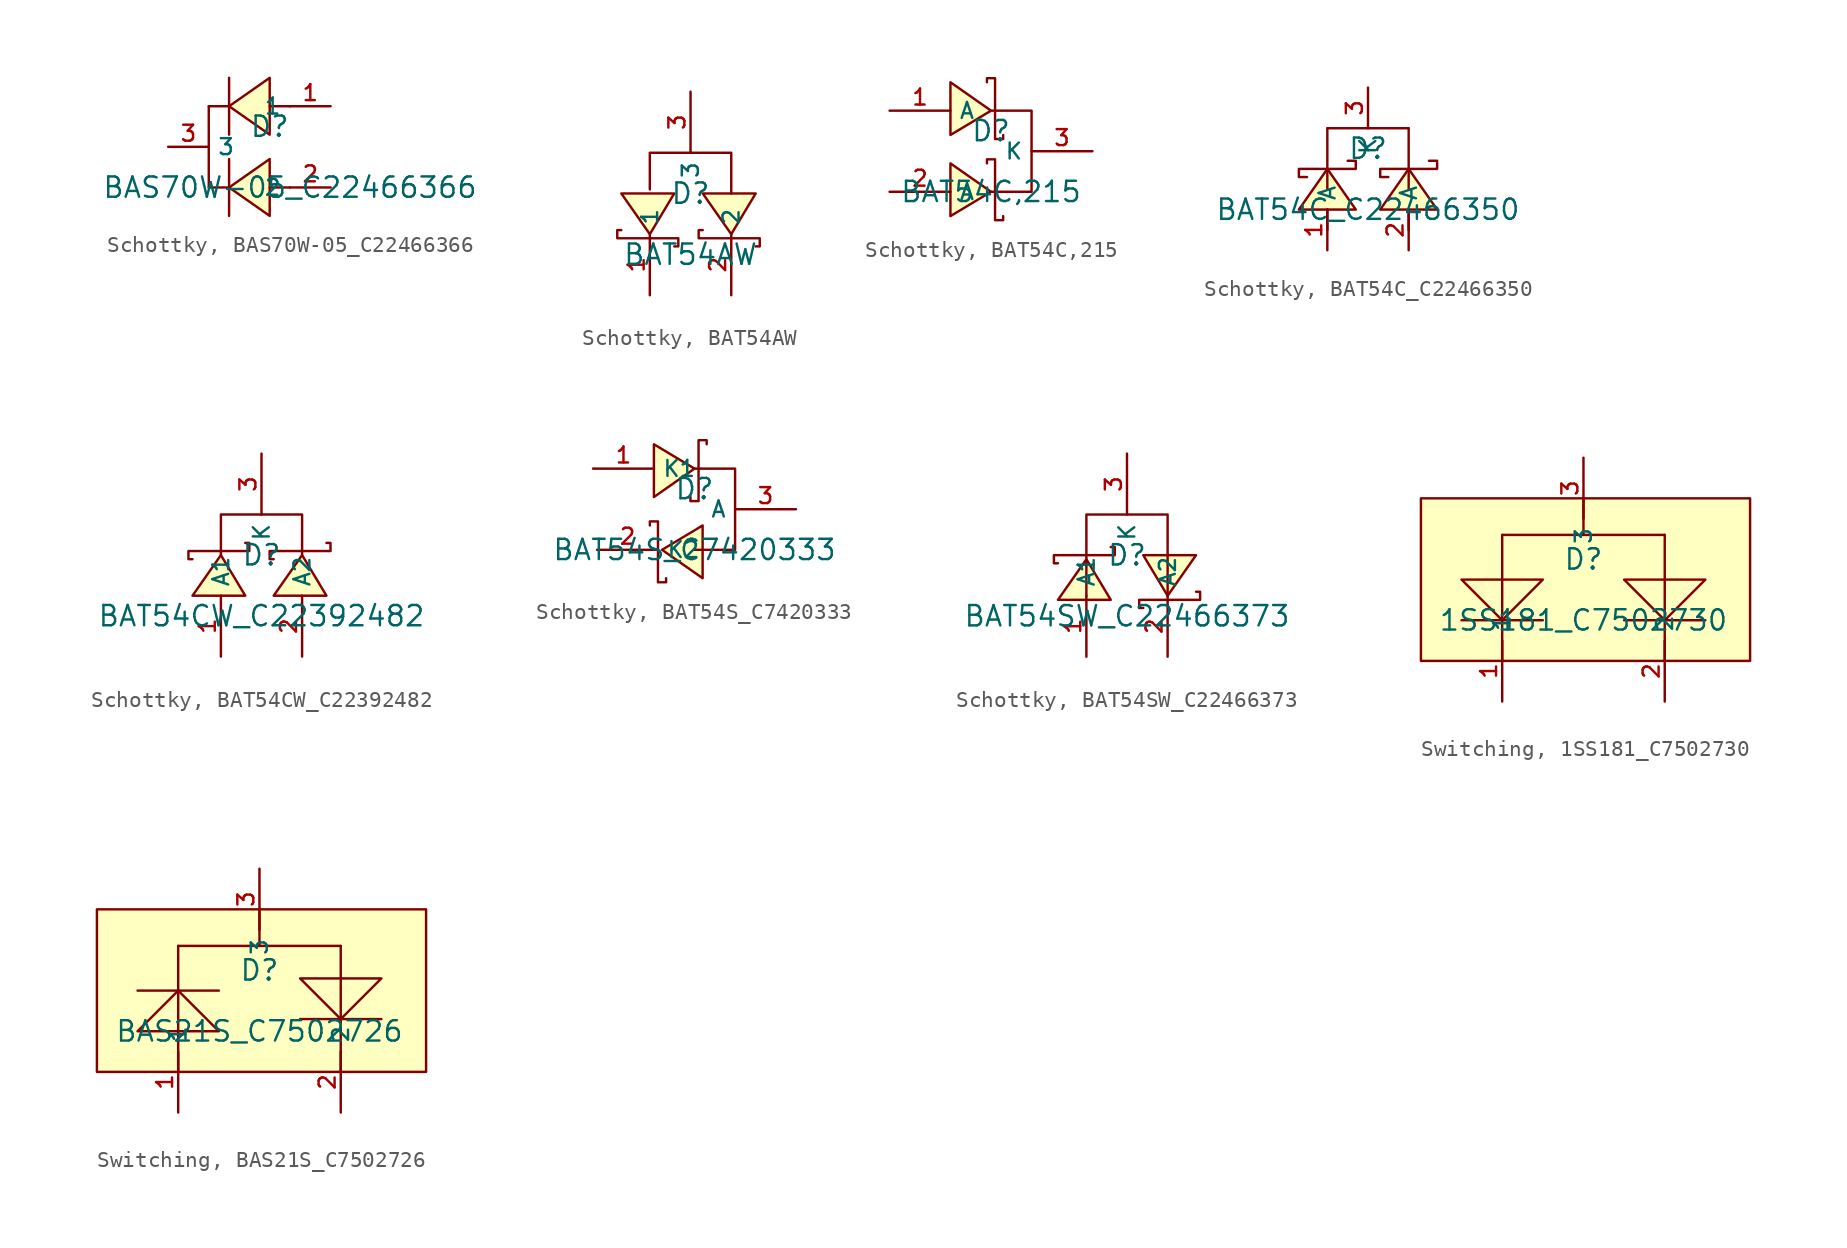
<source format=kicad_sym>
(kicad_symbol_lib
  (version 20231120)
  (generator "kicad_symbol_editor")
  (generator_version "8.0")
  (symbol "Schottky, BAS70W-05_C22466366"
    (property "Reference" "D"
      (at -1.27 1.27 0)
      (effects (font (size 1.27 1.27))))
    (property "Value" "BAS70W-05_C22466366"
      (at 0 -2.54 0)
      (effects (font (size 1.27 1.27))))
    (symbol "Schottky, BAS70W-05_C22466366_0_1"
      (polyline (pts (xy -3.81 -2.54) (xy -5.08 -2.54)) (stroke (width 0) (type default)) (fill (type none)))
      (polyline (pts (xy -3.81 2.54) (xy -5.08 2.54)) (stroke (width 0) (type default)) (fill (type none)))
      (polyline (pts (xy 0 -2.54) (xy -1.27 -2.54)) (stroke (width 0) (type default)) (fill (type none)))
      (polyline (pts (xy 0 2.54) (xy -1.27 2.54)) (stroke (width 0) (type default)) (fill (type none)))
      (polyline (pts (xy -5.08 2.54) (xy -5.08 -2.54) (xy -5.08 -2.54)) (stroke (width 0) (type default)) (fill (type none)))
      (polyline (pts (xy -1.27 -0.762) (xy -3.81 -2.54) (xy -1.27 -4.318) (xy -1.27 -0.762)) (stroke (width 0) (type default)) (fill (type background)))
      (polyline (pts (xy -1.27 4.318) (xy -3.81 2.54) (xy -1.27 0.762) (xy -1.27 4.318)) (stroke (width 0) (type default)) (fill (type background)))
      (polyline (pts (xy -3.81 -0.762) (xy -3.81 -0.762) (xy -3.81 -0.762) (xy -3.81 -4.318) (xy -3.81 -4.318) (xy -3.81 -4.318)) (stroke (width 0) (type default)) (fill (type none)))
      (polyline (pts (xy -3.81 4.318) (xy -3.81 4.318) (xy -3.81 4.318) (xy -3.81 0.762) (xy -3.81 0.762) (xy -3.81 0.762)) (stroke (width 0) (type default)) (fill (type none)))
      (pin unspecified line (at 2.54 2.54 180) (length 2.54) (name "1" (effects (font (size 1 1)))) (number "1" (effects (font (size 1 1)))))
      (pin unspecified line (at 2.54 -2.54 180) (length 2.54) (name "2" (effects (font (size 1 1)))) (number "2" (effects (font (size 1 1)))))
      (pin unspecified line (at -7.62 0 0) (length 2.54) (name "3" (effects (font (size 1 1)))) (number "3" (effects (font (size 1 1)))))))
  (symbol "Schottky, BAT54AW"
    (property "Reference" "D"
      (at 0 1.27 0)
      (effects (font (size 1.27 1.27))))
    (property "Value" "BAT54AW"
      (at 0 -2.54 0)
      (effects (font (size 1.27 1.27))))
    (symbol "Schottky, BAT54AW_0_1"
      (polyline (pts (xy -2.54 1.524) (xy -2.54 3.81) (xy 2.54 3.81) (xy 2.54 1.27)) (stroke (width 0) (type default)) (fill (type none)))
      (polyline (pts (xy -1.016 1.27) (xy -2.54 -1.27) (xy -4.318 1.27) (xy -1.016 1.27)) (stroke (width 0) (type default)) (fill (type background)))
      (polyline (pts (xy 4.064 1.27) (xy 2.54 -1.27) (xy 0.762 1.27) (xy 4.064 1.27)) (stroke (width 0) (type default)) (fill (type background)))
      (polyline (pts (xy -1.016 -2.032) (xy -0.762 -2.032) (xy -0.762 -1.524) (xy -4.572 -1.524) (xy -4.572 -1.016) (xy -4.318 -1.016)) (stroke (width 0) (type default)) (fill (type none)))
      (polyline (pts (xy 4.064 -2.032) (xy 4.318 -2.032) (xy 4.318 -1.524) (xy 0.508 -1.524) (xy 0.508 -1.016) (xy 0.762 -1.016)) (stroke (width 0) (type default)) (fill (type none)))
      (pin unspecified line (at -2.54 -5.08 90) (length 3.81) (name "1" (effects (font (size 1 1)))) (number "1" (effects (font (size 1 1)))))
      (pin unspecified line (at 2.54 -5.08 90) (length 3.81) (name "2" (effects (font (size 1 1)))) (number "2" (effects (font (size 1 1)))))
      (pin unspecified line (at 0 7.62 270) (length 3.81) (name "3" (effects (font (size 1 1)))) (number "3" (effects (font (size 1 1)))))))
  (symbol "Schottky, BAT54C,215"
    (property "Reference" "D"
      (at -1.27 1.27 0)
      (effects (font (size 1.27 1.27))))
    (property "Value" "BAT54C,215"
      (at -1.27 -2.54 0)
      (effects (font (size 1.27 1.27))))
    (symbol "Schottky, BAT54C,215_0_1"
      (polyline (pts (xy -3.81 -4.064) (xy -1.27 -2.54) (xy -3.81 -0.762) (xy -3.81 -4.064)) (stroke (width 0) (type default)) (fill (type background)))
      (polyline (pts (xy -3.81 1.016) (xy -1.27 2.54) (xy -3.81 4.318) (xy -3.81 1.016)) (stroke (width 0) (type default)) (fill (type background)))
      (polyline (pts (xy -1.27 2.54) (xy 1.27 2.54) (xy 1.27 -2.54) (xy -1.27 -2.54)) (stroke (width 0) (type default)) (fill (type none)))
      (polyline (pts (xy -0.508 -4.064) (xy -0.508 -4.318) (xy -1.016 -4.318) (xy -1.016 -0.508) (xy -1.524 -0.508) (xy -1.524 -0.762)) (stroke (width 0) (type default)) (fill (type none)))
      (polyline (pts (xy -0.508 1.016) (xy -0.508 0.762) (xy -1.016 0.762) (xy -1.016 4.572) (xy -1.524 4.572) (xy -1.524 4.318)) (stroke (width 0) (type default)) (fill (type none)))
      (pin unspecified line (at -7.62 2.54 0) (length 3.81) (name "A" (effects (font (size 1 1)))) (number "1" (effects (font (size 1 1)))))
      (pin unspecified line (at -7.62 -2.54 0) (length 3.81) (name "A" (effects (font (size 1 1)))) (number "2" (effects (font (size 1 1)))))
      (pin unspecified line (at 5.08 0 180) (length 3.81) (name "K" (effects (font (size 1 1)))) (number "3" (effects (font (size 1 1)))))))
  (symbol "Schottky, BAT54C_C22466350"
    (property "Reference" "D"
      (at 0 1.27 0)
      (effects (font (size 1.27 1.27))))
    (property "Value" "BAT54C_C22466350"
      (at 0 -2.54 0)
      (effects (font (size 1.27 1.27))))
    (symbol "Schottky, BAT54C_C22466350_0_1"
      (polyline (pts (xy -2.54 -3.81) (xy -2.54 -2.54)) (stroke (width 0) (type default)) (fill (type none)))
      (polyline (pts (xy -2.54 -1.27) (xy -2.54 2.54)) (stroke (width 0) (type default)) (fill (type none)))
      (polyline (pts (xy 2.54 -3.81) (xy 2.54 -2.54)) (stroke (width 0) (type default)) (fill (type none)))
      (polyline (pts (xy 2.54 -1.27) (xy 2.54 2.54)) (stroke (width 0) (type default)) (fill (type none)))
      (polyline (pts (xy 2.54 2.54) (xy -2.54 2.54)) (stroke (width 0) (type default)) (fill (type none)))
      (polyline (pts (xy -0.762 -2.54) (xy -2.54 0) (xy -4.318 -2.54) (xy -0.762 -2.54)) (stroke (width 0) (type default)) (fill (type background)))
      (polyline (pts (xy 4.318 -2.54) (xy 2.54 0) (xy 0.762 -2.54) (xy 4.318 -2.54)) (stroke (width 0) (type default)) (fill (type background)))
      (polyline (pts (xy -1.27 0.508) (xy -0.762 0.508) (xy -0.762 0) (xy -4.318 0) (xy -4.318 -0.508) (xy -3.81 -0.508)) (stroke (width 0) (type default)) (fill (type none)))
      (polyline (pts (xy 3.81 0.508) (xy 4.318 0.508) (xy 4.318 0) (xy 0.762 0) (xy 0.762 -0.508) (xy 1.27 -0.508)) (stroke (width 0) (type default)) (fill (type none)))
      (pin unspecified line (at -2.54 -5.08 90) (length 2.54) (name "A" (effects (font (size 1 1)))) (number "1" (effects (font (size 1 1)))))
      (pin unspecified line (at 2.54 -5.08 90) (length 2.54) (name "A" (effects (font (size 1 1)))) (number "2" (effects (font (size 1 1)))))
      (pin unspecified line (at 0 5.08 270) (length 2.54) (name "K" (effects (font (size 1 1)))) (number "3" (effects (font (size 1 1)))))))
  (symbol "Schottky, BAT54CW_C22392482"
    (property "Reference" "D"
      (at 0 1.27 0)
      (effects (font (size 1.27 1.27))))
    (property "Value" "BAT54CW_C22392482"
      (at 0 -2.54 0)
      (effects (font (size 1.27 1.27))))
    (symbol "Schottky, BAT54CW_C22392482_0_1"
      (polyline (pts (xy -2.54 1.27) (xy -2.54 3.81) (xy 2.54 3.81) (xy 2.54 1.27)) (stroke (width 0) (type default)) (fill (type none)))
      (polyline (pts (xy -1.016 -1.27) (xy -2.54 1.27) (xy -4.318 -1.27) (xy -1.016 -1.27)) (stroke (width 0) (type default)) (fill (type background)))
      (polyline (pts (xy 4.064 -1.27) (xy 2.54 1.27) (xy 0.762 -1.27) (xy 4.064 -1.27)) (stroke (width 0) (type default)) (fill (type background)))
      (polyline (pts (xy -1.016 2.032) (xy -0.762 2.032) (xy -0.762 1.524) (xy -4.572 1.524) (xy -4.572 1.016) (xy -4.318 1.016)) (stroke (width 0) (type default)) (fill (type none)))
      (polyline (pts (xy 4.064 2.032) (xy 4.318 2.032) (xy 4.318 1.524) (xy 0.508 1.524) (xy 0.508 1.016) (xy 0.762 1.016)) (stroke (width 0) (type default)) (fill (type none)))
      (pin unspecified line (at -2.54 -5.08 90) (length 3.81) (name "A1" (effects (font (size 1 1)))) (number "1" (effects (font (size 1 1)))))
      (pin unspecified line (at 2.54 -5.08 90) (length 3.81) (name "A2" (effects (font (size 1 1)))) (number "2" (effects (font (size 1 1)))))
      (pin unspecified line (at 0 7.62 270) (length 3.81) (name "K" (effects (font (size 1 1)))) (number "3" (effects (font (size 1 1)))))))
  (symbol "Schottky, BAT54S_C7420333"
    (property "Reference" "D"
      (at -1.27 1.27 0)
      (effects (font (size 1.27 1.27))))
    (property "Value" "BAT54S_C7420333"
      (at -1.27 -2.54 0)
      (effects (font (size 1.27 1.27))))
    (symbol "Schottky, BAT54S_C7420333_0_1"
      (polyline (pts (xy -3.81 4.064) (xy -1.27 2.54) (xy -3.81 0.762) (xy -3.81 4.064)) (stroke (width 0) (type default)) (fill (type background)))
      (polyline (pts (xy -1.27 2.54) (xy 1.27 2.54) (xy 1.27 -2.54) (xy -1.27 -2.54)) (stroke (width 0) (type default)) (fill (type none)))
      (polyline (pts (xy -0.762 -1.016) (xy -3.302 -2.54) (xy -0.762 -4.318) (xy -0.762 -1.016)) (stroke (width 0) (type default)) (fill (type background)))
      (polyline (pts (xy -4.064 -1.016) (xy -4.064 -0.762) (xy -3.556 -0.762) (xy -3.556 -4.572) (xy -3.048 -4.572) (xy -3.048 -4.318)) (stroke (width 0) (type default)) (fill (type none)))
      (polyline (pts (xy -0.508 4.064) (xy -0.508 4.318) (xy -1.016 4.318) (xy -1.016 0.508) (xy -1.524 0.508) (xy -1.524 0.762)) (stroke (width 0) (type default)) (fill (type none)))
      (pin unspecified line (at -7.62 2.54 0) (length 3.81) (name "K1" (effects (font (size 1 1)))) (number "1" (effects (font (size 1 1)))))
      (pin unspecified line (at -7.366 -2.54 0) (length 3.81) (name "K2" (effects (font (size 1 1)))) (number "2" (effects (font (size 1 1)))))
      (pin unspecified line (at 5.08 0 180) (length 3.81) (name "A" (effects (font (size 1 1)))) (number "3" (effects (font (size 1 1)))))))
  (symbol "Schottky, BAT54SW_C22466373"
    (property "Reference" "D"
      (at 0 1.27 0)
      (effects (font (size 1.27 1.27))))
    (property "Value" "BAT54SW_C22466373"
      (at 0 -2.54 0)
      (effects (font (size 1.27 1.27))))
    (symbol "Schottky, BAT54SW_C22466373_0_1"
      (polyline (pts (xy -2.54 -1.27) (xy -2.54 3.81) (xy 2.54 3.81) (xy 2.54 -1.27)) (stroke (width 0) (type default)) (fill (type none)))
      (polyline (pts (xy -1.016 -1.524) (xy -2.54 1.016) (xy -4.318 -1.524) (xy -1.016 -1.524)) (stroke (width 0) (type default)) (fill (type background)))
      (polyline (pts (xy 1.016 1.27) (xy 2.54 -1.27) (xy 4.318 1.27) (xy 1.016 1.27)) (stroke (width 0) (type default)) (fill (type background)))
      (polyline (pts (xy -1.016 1.778) (xy -0.762 1.778) (xy -0.762 1.27) (xy -4.572 1.27) (xy -4.572 0.762) (xy -4.318 0.762)) (stroke (width 0) (type default)) (fill (type none)))
      (polyline (pts (xy 1.016 -2.032) (xy 0.762 -2.032) (xy 0.762 -1.524) (xy 4.572 -1.524) (xy 4.572 -1.016) (xy 4.318 -1.016)) (stroke (width 0) (type default)) (fill (type none)))
      (pin unspecified line (at -2.54 -5.08 90) (length 3.81) (name "A1" (effects (font (size 1 1)))) (number "1" (effects (font (size 1 1)))))
      (pin unspecified line (at 2.54 -5.08 90) (length 3.81) (name "A2" (effects (font (size 1 1)))) (number "2" (effects (font (size 1 1)))))
      (pin unspecified line (at 0 7.62 270) (length 3.81) (name "K" (effects (font (size 1 1)))) (number "3" (effects (font (size 1 1)))))))
  (symbol "Switching, 1SS181_C7502730"
    (property "Reference" "D"
      (at 0 1.27 0)
      (effects (font (size 1.27 1.27))))
    (property "Value" "1SS181_C7502730"
      (at 0 -2.54 0)
      (effects (font (size 1.27 1.27))))
    (symbol "Switching, 1SS181_C7502730_0_1"
      (rectangle (start -10.16 5.08) (end 10.414 -5.08) (stroke (width 0) (type default)) (fill (type background)))
      (polyline (pts (xy -7.62 -2.54) (xy -2.54 -2.54)) (stroke (width 0) (type default)) (fill (type none)))
      (polyline (pts (xy -5.08 2.794) (xy -5.08 -5.08)) (stroke (width 0) (type default)) (fill (type none)))
      (polyline (pts (xy -5.08 2.794) (xy 5.08 2.794)) (stroke (width 0) (type default)) (fill (type none)))
      (polyline (pts (xy 0 5.08) (xy 0 2.794)) (stroke (width 0) (type default)) (fill (type none)))
      (polyline (pts (xy 2.54 -2.54) (xy 7.62 -2.54)) (stroke (width 0) (type default)) (fill (type none)))
      (polyline (pts (xy 5.08 2.794) (xy 5.08 -5.08)) (stroke (width 0) (type default)) (fill (type none)))
      (polyline (pts (xy -2.54 0) (xy -5.08 -2.54) (xy -7.62 0) (xy -2.54 0)) (stroke (width 0) (type default)) (fill (type background)))
      (polyline (pts (xy 7.62 0) (xy 5.08 -2.54) (xy 2.54 0) (xy 7.62 0)) (stroke (width 0) (type default)) (fill (type background)))
      (pin input line (at -5.08 -7.62 90) (length 3.81) (name "1" (effects (font (size 1 1)))) (number "1" (effects (font (size 1 1)))))
      (pin input line (at 5.08 -7.62 90) (length 3.81) (name "2" (effects (font (size 1 1)))) (number "2" (effects (font (size 1 1)))))
      (pin input line (at 0 7.62 270) (length 3.81) (name "3" (effects (font (size 1 1)))) (number "3" (effects (font (size 1 1)))))))
  (symbol "Switching, BAS21S_C7502726"
    (property "Reference" "D"
      (at 0 1.27 0)
      (effects (font (size 1.27 1.27))))
    (property "Value" "BAS21S_C7502726"
      (at 0 -2.54 0)
      (effects (font (size 1.27 1.27))))
    (symbol "Switching, BAS21S_C7502726_0_1"
      (rectangle (start -10.16 5.08) (end 10.414 -5.08) (stroke (width 0) (type default)) (fill (type background)))
      (polyline (pts (xy -7.62 0) (xy -2.54 0)) (stroke (width 0) (type default)) (fill (type none)))
      (polyline (pts (xy -5.08 2.794) (xy -5.08 -5.08)) (stroke (width 0) (type default)) (fill (type none)))
      (polyline (pts (xy -5.08 2.794) (xy 5.08 2.794)) (stroke (width 0) (type default)) (fill (type none)))
      (polyline (pts (xy 0 5.08) (xy 0 2.794)) (stroke (width 0) (type default)) (fill (type none)))
      (polyline (pts (xy 2.54 -1.778) (xy 7.62 -1.778)) (stroke (width 0) (type default)) (fill (type none)))
      (polyline (pts (xy 5.08 2.794) (xy 5.08 -5.08)) (stroke (width 0) (type default)) (fill (type none)))
      (polyline (pts (xy -2.54 -2.54) (xy -5.08 0) (xy -7.62 -2.54) (xy -2.54 -2.54)) (stroke (width 0) (type default)) (fill (type background)))
      (polyline (pts (xy 7.62 0.762) (xy 5.08 -1.778) (xy 2.54 0.762) (xy 7.62 0.762)) (stroke (width 0) (type default)) (fill (type background)))
      (pin input line (at -5.08 -7.62 90) (length 3.81) (name "1" (effects (font (size 1 1)))) (number "1" (effects (font (size 1 1)))))
      (pin input line (at 5.08 -7.62 90) (length 3.81) (name "2" (effects (font (size 1 1)))) (number "2" (effects (font (size 1 1)))))
      (pin input line (at 0 7.62 270) (length 3.81) (name "3" (effects (font (size 1 1)))) (number "3" (effects (font (size 1 1))))))))
</source>
